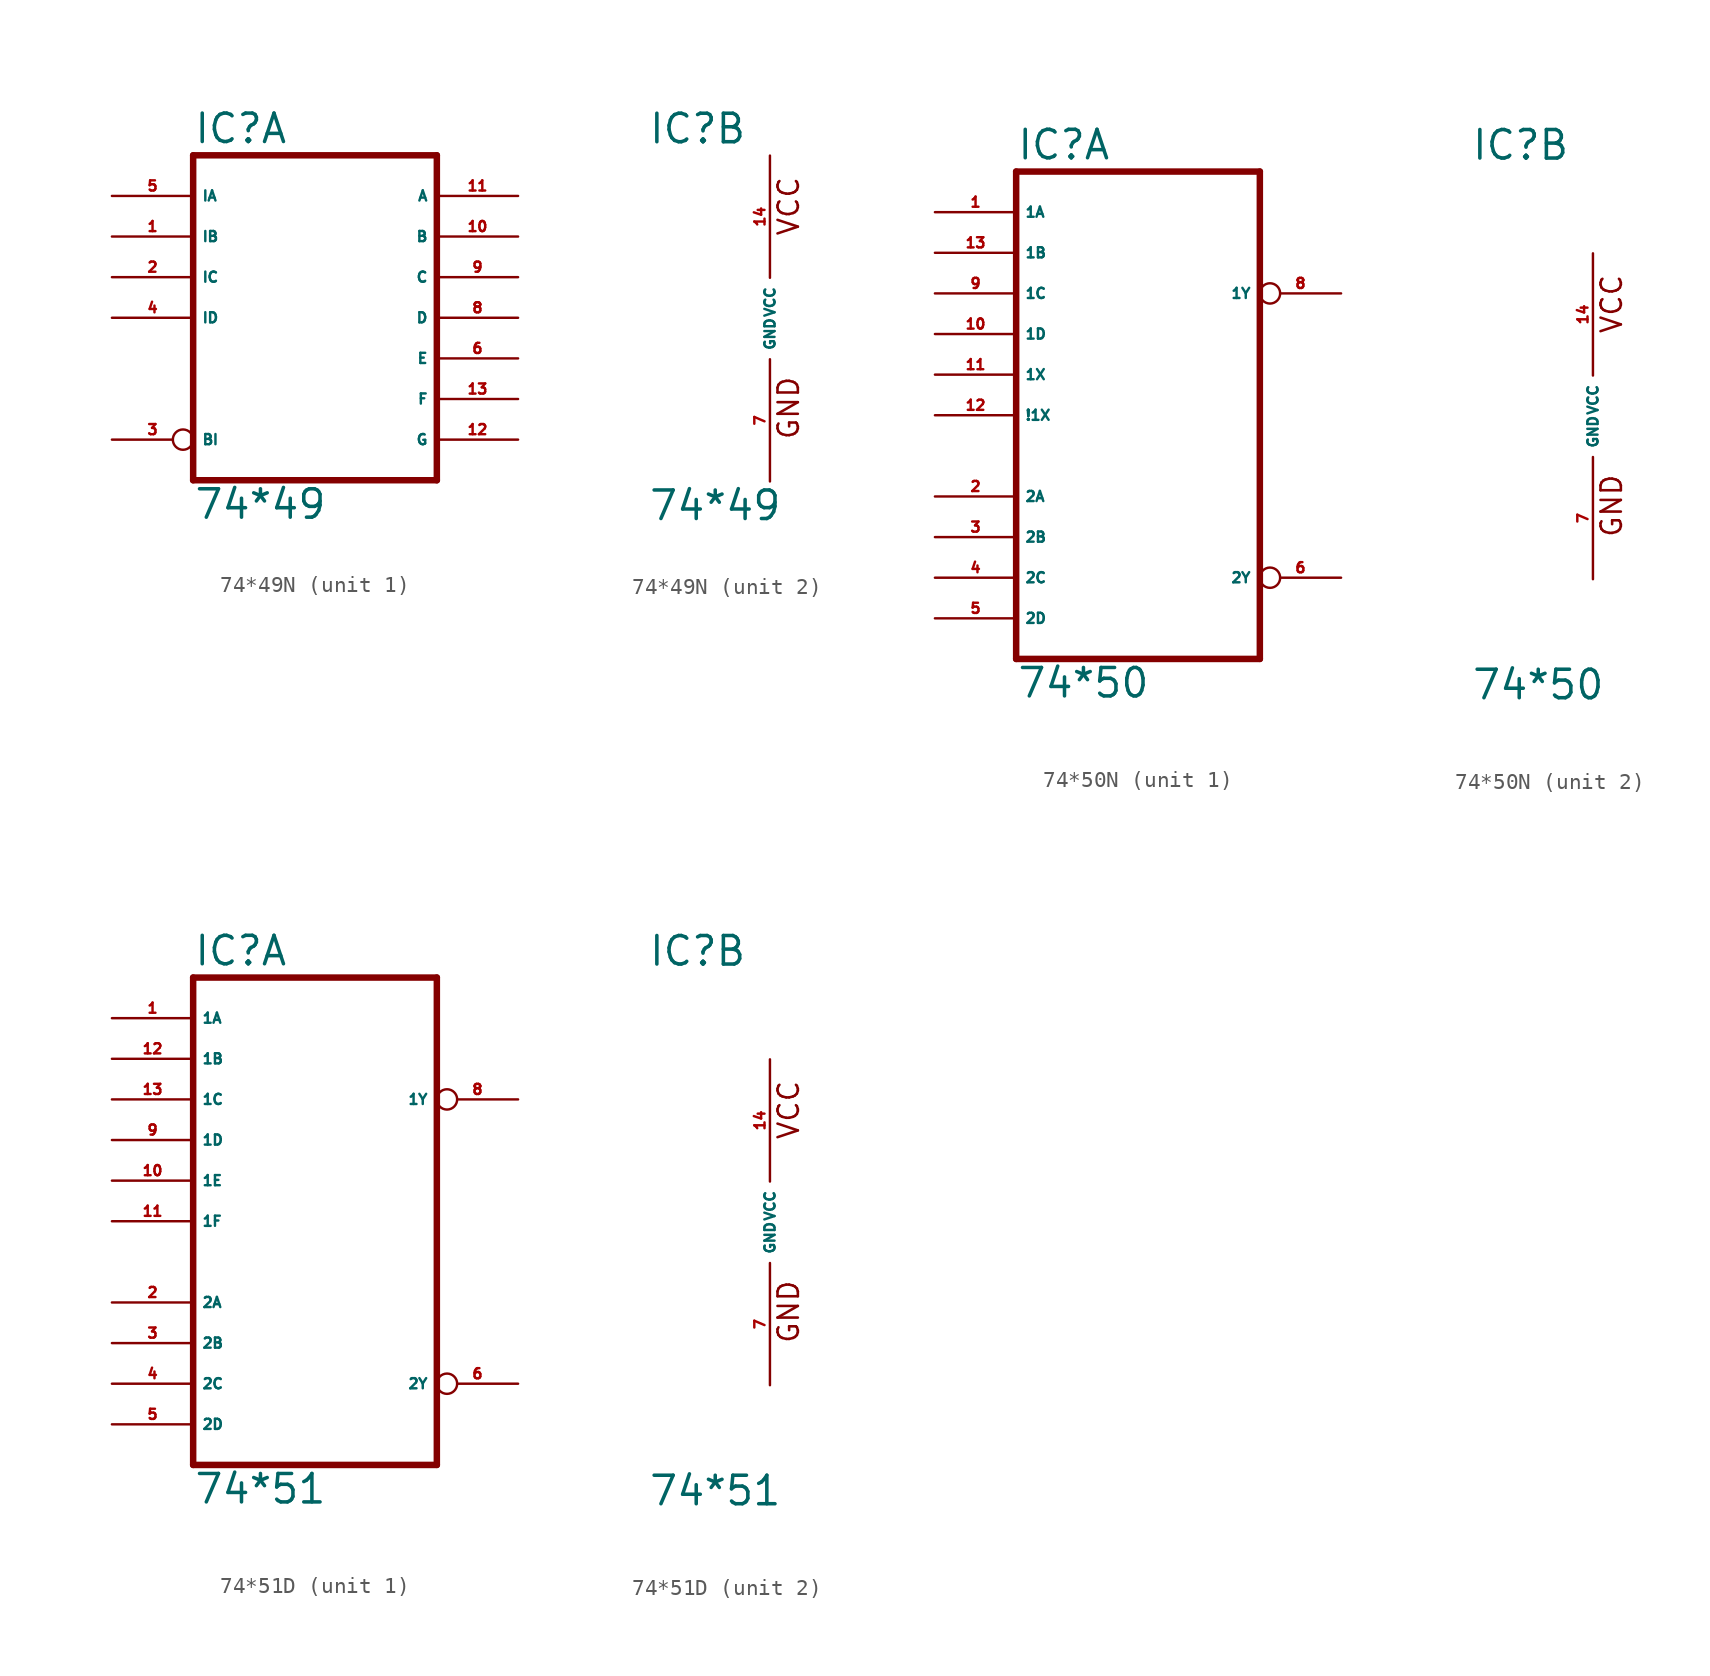
<source format=kicad_sym>
(kicad_symbol_lib
  (version 20220914)
  (generator Eagle2Kicad)
  (symbol "74*49N"
    (property "Reference" "IC"
      (at -7.62 10.795 0)
      (effects (font (size 1.778 1.778) (thickness 0.22)) (justify left bottom)))
    (property "Value" "74*49"
      (at -7.62 -12.7 0)
      (effects (font (size 1.778 1.778) (thickness 0.22)) (justify left bottom)))
    (symbol "74*49N_1_0"
      (polyline (pts (xy -7.62 -10.16) (xy 7.62 -10.16)) (stroke (width 0.406) (type default)) (fill (type none)))
      (polyline (pts (xy 7.62 -10.16) (xy 7.62 10.16)) (stroke (width 0.406) (type default)) (fill (type none)))
      (polyline (pts (xy 7.62 10.16) (xy -7.62 10.16)) (stroke (width 0.406) (type default)) (fill (type none)))
      (polyline (pts (xy -7.62 10.16) (xy -7.62 -10.16)) (stroke (width 0.406) (type default)) (fill (type none)))
      (pin input line (at -12.7 5.08 0) (length 5.08) (name "IB" (effects (font (size 0.635 0.635) (thickness 0.08)) (justify left bottom))) (number "1" (effects (font (size 0.635 0.635) (thickness 0.08)) (justify left bottom))))
      (pin input line (at -12.7 2.54 0) (length 5.08) (name "IC" (effects (font (size 0.635 0.635) (thickness 0.08)) (justify left bottom))) (number "2" (effects (font (size 0.635 0.635) (thickness 0.08)) (justify left bottom))))
      (pin input inverted (at -12.7 -7.62 0) (length 5.08) (name "BI" (effects (font (size 0.635 0.635) (thickness 0.08)) (justify left bottom))) (number "3" (effects (font (size 0.635 0.635) (thickness 0.08)) (justify left bottom))))
      (pin input line (at -12.7 0 0) (length 5.08) (name "ID" (effects (font (size 0.635 0.635) (thickness 0.08)) (justify left bottom))) (number "4" (effects (font (size 0.635 0.635) (thickness 0.08)) (justify left bottom))))
      (pin input line (at -12.7 7.62 0) (length 5.08) (name "IA" (effects (font (size 0.635 0.635) (thickness 0.08)) (justify left bottom))) (number "5" (effects (font (size 0.635 0.635) (thickness 0.08)) (justify left bottom))))
      (pin open_collector line (at 12.7 -2.54 180) (length 5.08) (name "E" (effects (font (size 0.635 0.635) (thickness 0.08)) (justify left bottom))) (number "6" (effects (font (size 0.635 0.635) (thickness 0.08)) (justify left bottom))))
      (pin open_collector line (at 12.7 0 180) (length 5.08) (name "D" (effects (font (size 0.635 0.635) (thickness 0.08)) (justify left bottom))) (number "8" (effects (font (size 0.635 0.635) (thickness 0.08)) (justify left bottom))))
      (pin open_collector line (at 12.7 2.54 180) (length 5.08) (name "C" (effects (font (size 0.635 0.635) (thickness 0.08)) (justify left bottom))) (number "9" (effects (font (size 0.635 0.635) (thickness 0.08)) (justify left bottom))))
      (pin open_collector line (at 12.7 5.08 180) (length 5.08) (name "B" (effects (font (size 0.635 0.635) (thickness 0.08)) (justify left bottom))) (number "10" (effects (font (size 0.635 0.635) (thickness 0.08)) (justify left bottom))))
      (pin open_collector line (at 12.7 7.62 180) (length 5.08) (name "A" (effects (font (size 0.635 0.635) (thickness 0.08)) (justify left bottom))) (number "11" (effects (font (size 0.635 0.635) (thickness 0.08)) (justify left bottom))))
      (pin open_collector line (at 12.7 -7.62 180) (length 5.08) (name "G" (effects (font (size 0.635 0.635) (thickness 0.08)) (justify left bottom))) (number "12" (effects (font (size 0.635 0.635) (thickness 0.08)) (justify left bottom))))
      (pin open_collector line (at 12.7 -5.08 180) (length 5.08) (name "F" (effects (font (size 0.635 0.635) (thickness 0.08)) (justify left bottom))) (number "13" (effects (font (size 0.635 0.635) (thickness 0.08)) (justify left bottom)))))
    (symbol "74*49N_2_0"
      (text "GND" (at 1.905 -7.62 900) (effects (font (size 1.27 1.27) (thickness 0.16)) (justify left bottom)))
      (text "VCC" (at 1.905 5.08 900) (effects (font (size 1.27 1.27) (thickness 0.16)) (justify left bottom)))
      (pin unspecified line (at 0 -10.16 90) (length 7.62) (name "GND" (effects (font (size 0.635 0.635) (thickness 0.08)) (justify left bottom))) (number "7" (effects (font (size 0.635 0.635) (thickness 0.08)) (justify left bottom))))
      (pin unspecified line (at 0 10.16 270) (length 7.62) (name "VCC" (effects (font (size 0.635 0.635) (thickness 0.08)) (justify left bottom))) (number "14" (effects (font (size 0.635 0.635) (thickness 0.08)) (justify left bottom))))))
  (symbol "74*50N"
    (property "Reference" "IC"
      (at -7.62 15.875 0)
      (effects (font (size 1.778 1.778) (thickness 0.22)) (justify left bottom)))
    (property "Value" "74*50"
      (at -7.62 -17.78 0)
      (effects (font (size 1.778 1.778) (thickness 0.22)) (justify left bottom)))
    (symbol "74*50N_1_0"
      (polyline (pts (xy -7.62 -15.24) (xy 7.62 -15.24)) (stroke (width 0.406) (type default)) (fill (type none)))
      (polyline (pts (xy 7.62 -15.24) (xy 7.62 15.24)) (stroke (width 0.406) (type default)) (fill (type none)))
      (polyline (pts (xy 7.62 15.24) (xy -7.62 15.24)) (stroke (width 0.406) (type default)) (fill (type none)))
      (polyline (pts (xy -7.62 15.24) (xy -7.62 -15.24)) (stroke (width 0.406) (type default)) (fill (type none)))
      (pin input line (at -12.7 12.7 0) (length 5.08) (name "1A" (effects (font (size 0.635 0.635) (thickness 0.08)) (justify left bottom))) (number "1" (effects (font (size 0.635 0.635) (thickness 0.08)) (justify left bottom))))
      (pin input line (at -12.7 -5.08 0) (length 5.08) (name "2A" (effects (font (size 0.635 0.635) (thickness 0.08)) (justify left bottom))) (number "2" (effects (font (size 0.635 0.635) (thickness 0.08)) (justify left bottom))))
      (pin input line (at -12.7 -7.62 0) (length 5.08) (name "2B" (effects (font (size 0.635 0.635) (thickness 0.08)) (justify left bottom))) (number "3" (effects (font (size 0.635 0.635) (thickness 0.08)) (justify left bottom))))
      (pin input line (at -12.7 -10.16 0) (length 5.08) (name "2C" (effects (font (size 0.635 0.635) (thickness 0.08)) (justify left bottom))) (number "4" (effects (font (size 0.635 0.635) (thickness 0.08)) (justify left bottom))))
      (pin input line (at -12.7 -12.7 0) (length 5.08) (name "2D" (effects (font (size 0.635 0.635) (thickness 0.08)) (justify left bottom))) (number "5" (effects (font (size 0.635 0.635) (thickness 0.08)) (justify left bottom))))
      (pin output inverted (at 12.7 -10.16 180) (length 5.08) (name "2Y" (effects (font (size 0.635 0.635) (thickness 0.08)) (justify left bottom))) (number "6" (effects (font (size 0.635 0.635) (thickness 0.08)) (justify left bottom))))
      (pin output inverted (at 12.7 7.62 180) (length 5.08) (name "1Y" (effects (font (size 0.635 0.635) (thickness 0.08)) (justify left bottom))) (number "8" (effects (font (size 0.635 0.635) (thickness 0.08)) (justify left bottom))))
      (pin input line (at -12.7 7.62 0) (length 5.08) (name "1C" (effects (font (size 0.635 0.635) (thickness 0.08)) (justify left bottom))) (number "9" (effects (font (size 0.635 0.635) (thickness 0.08)) (justify left bottom))))
      (pin input line (at -12.7 5.08 0) (length 5.08) (name "1D" (effects (font (size 0.635 0.635) (thickness 0.08)) (justify left bottom))) (number "10" (effects (font (size 0.635 0.635) (thickness 0.08)) (justify left bottom))))
      (pin input line (at -12.7 2.54 0) (length 5.08) (name "1X" (effects (font (size 0.635 0.635) (thickness 0.08)) (justify left bottom))) (number "11" (effects (font (size 0.635 0.635) (thickness 0.08)) (justify left bottom))))
      (pin input line (at -12.7 0 0) (length 5.08) (name "!1X" (effects (font (size 0.635 0.635) (thickness 0.08)) (justify left bottom))) (number "12" (effects (font (size 0.635 0.635) (thickness 0.08)) (justify left bottom))))
      (pin input line (at -12.7 10.16 0) (length 5.08) (name "1B" (effects (font (size 0.635 0.635) (thickness 0.08)) (justify left bottom))) (number "13" (effects (font (size 0.635 0.635) (thickness 0.08)) (justify left bottom)))))
    (symbol "74*50N_2_0"
      (text "GND" (at 1.905 -7.62 900) (effects (font (size 1.27 1.27) (thickness 0.16)) (justify left bottom)))
      (text "VCC" (at 1.905 5.08 900) (effects (font (size 1.27 1.27) (thickness 0.16)) (justify left bottom)))
      (pin unspecified line (at 0 -10.16 90) (length 7.62) (name "GND" (effects (font (size 0.635 0.635) (thickness 0.08)) (justify left bottom))) (number "7" (effects (font (size 0.635 0.635) (thickness 0.08)) (justify left bottom))))
      (pin unspecified line (at 0 10.16 270) (length 7.62) (name "VCC" (effects (font (size 0.635 0.635) (thickness 0.08)) (justify left bottom))) (number "14" (effects (font (size 0.635 0.635) (thickness 0.08)) (justify left bottom))))))
  (symbol "74*51D"
    (property "Reference" "IC"
      (at -7.62 15.875 0)
      (effects (font (size 1.778 1.778) (thickness 0.22)) (justify left bottom)))
    (property "Value" "74*51"
      (at -7.62 -17.78 0)
      (effects (font (size 1.778 1.778) (thickness 0.22)) (justify left bottom)))
    (symbol "74*51D_1_0"
      (polyline (pts (xy -7.62 -15.24) (xy 7.62 -15.24)) (stroke (width 0.406) (type default)) (fill (type none)))
      (polyline (pts (xy 7.62 -15.24) (xy 7.62 15.24)) (stroke (width 0.406) (type default)) (fill (type none)))
      (polyline (pts (xy 7.62 15.24) (xy -7.62 15.24)) (stroke (width 0.406) (type default)) (fill (type none)))
      (polyline (pts (xy -7.62 15.24) (xy -7.62 -15.24)) (stroke (width 0.406) (type default)) (fill (type none)))
      (pin input line (at -12.7 12.7 0) (length 5.08) (name "1A" (effects (font (size 0.635 0.635) (thickness 0.08)) (justify left bottom))) (number "1" (effects (font (size 0.635 0.635) (thickness 0.08)) (justify left bottom))))
      (pin input line (at -12.7 -5.08 0) (length 5.08) (name "2A" (effects (font (size 0.635 0.635) (thickness 0.08)) (justify left bottom))) (number "2" (effects (font (size 0.635 0.635) (thickness 0.08)) (justify left bottom))))
      (pin input line (at -12.7 -7.62 0) (length 5.08) (name "2B" (effects (font (size 0.635 0.635) (thickness 0.08)) (justify left bottom))) (number "3" (effects (font (size 0.635 0.635) (thickness 0.08)) (justify left bottom))))
      (pin input line (at -12.7 -10.16 0) (length 5.08) (name "2C" (effects (font (size 0.635 0.635) (thickness 0.08)) (justify left bottom))) (number "4" (effects (font (size 0.635 0.635) (thickness 0.08)) (justify left bottom))))
      (pin input line (at -12.7 -12.7 0) (length 5.08) (name "2D" (effects (font (size 0.635 0.635) (thickness 0.08)) (justify left bottom))) (number "5" (effects (font (size 0.635 0.635) (thickness 0.08)) (justify left bottom))))
      (pin output inverted (at 12.7 -10.16 180) (length 5.08) (name "2Y" (effects (font (size 0.635 0.635) (thickness 0.08)) (justify left bottom))) (number "6" (effects (font (size 0.635 0.635) (thickness 0.08)) (justify left bottom))))
      (pin output inverted (at 12.7 7.62 180) (length 5.08) (name "1Y" (effects (font (size 0.635 0.635) (thickness 0.08)) (justify left bottom))) (number "8" (effects (font (size 0.635 0.635) (thickness 0.08)) (justify left bottom))))
      (pin input line (at -12.7 5.08 0) (length 5.08) (name "1D" (effects (font (size 0.635 0.635) (thickness 0.08)) (justify left bottom))) (number "9" (effects (font (size 0.635 0.635) (thickness 0.08)) (justify left bottom))))
      (pin input line (at -12.7 2.54 0) (length 5.08) (name "1E" (effects (font (size 0.635 0.635) (thickness 0.08)) (justify left bottom))) (number "10" (effects (font (size 0.635 0.635) (thickness 0.08)) (justify left bottom))))
      (pin input line (at -12.7 0 0) (length 5.08) (name "1F" (effects (font (size 0.635 0.635) (thickness 0.08)) (justify left bottom))) (number "11" (effects (font (size 0.635 0.635) (thickness 0.08)) (justify left bottom))))
      (pin input line (at -12.7 10.16 0) (length 5.08) (name "1B" (effects (font (size 0.635 0.635) (thickness 0.08)) (justify left bottom))) (number "12" (effects (font (size 0.635 0.635) (thickness 0.08)) (justify left bottom))))
      (pin input line (at -12.7 7.62 0) (length 5.08) (name "1C" (effects (font (size 0.635 0.635) (thickness 0.08)) (justify left bottom))) (number "13" (effects (font (size 0.635 0.635) (thickness 0.08)) (justify left bottom)))))
    (symbol "74*51D_2_0"
      (text "GND" (at 1.905 -7.62 900) (effects (font (size 1.27 1.27) (thickness 0.16)) (justify left bottom)))
      (text "VCC" (at 1.905 5.08 900) (effects (font (size 1.27 1.27) (thickness 0.16)) (justify left bottom)))
      (pin unspecified line (at 0 -10.16 90) (length 7.62) (name "GND" (effects (font (size 0.635 0.635) (thickness 0.08)) (justify left bottom))) (number "7" (effects (font (size 0.635 0.635) (thickness 0.08)) (justify left bottom))))
      (pin unspecified line (at 0 10.16 270) (length 7.62) (name "VCC" (effects (font (size 0.635 0.635) (thickness 0.08)) (justify left bottom))) (number "14" (effects (font (size 0.635 0.635) (thickness 0.08)) (justify left bottom)))))))
</source>
